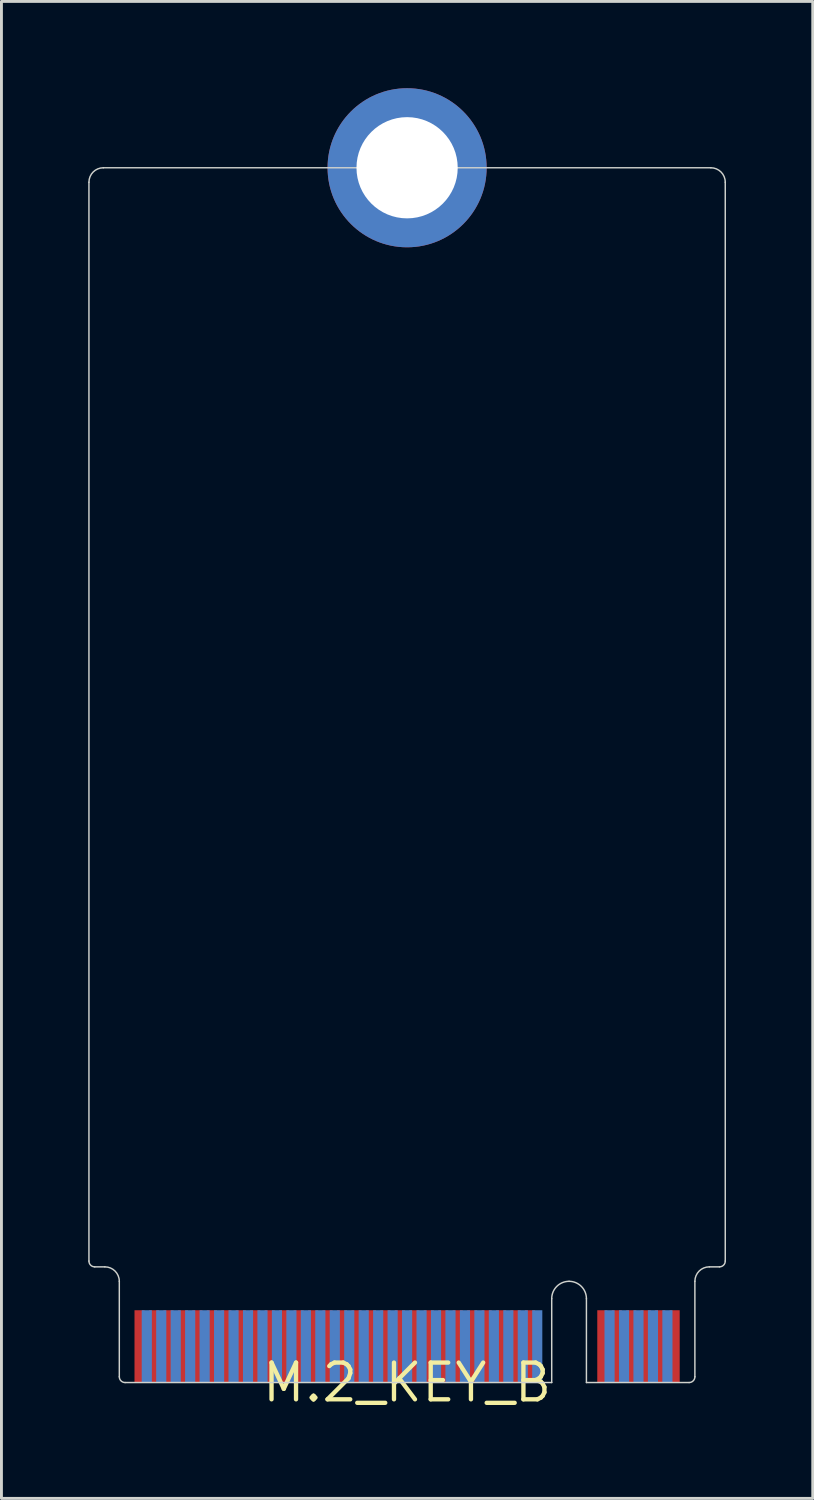
<source format=kicad_pcb>
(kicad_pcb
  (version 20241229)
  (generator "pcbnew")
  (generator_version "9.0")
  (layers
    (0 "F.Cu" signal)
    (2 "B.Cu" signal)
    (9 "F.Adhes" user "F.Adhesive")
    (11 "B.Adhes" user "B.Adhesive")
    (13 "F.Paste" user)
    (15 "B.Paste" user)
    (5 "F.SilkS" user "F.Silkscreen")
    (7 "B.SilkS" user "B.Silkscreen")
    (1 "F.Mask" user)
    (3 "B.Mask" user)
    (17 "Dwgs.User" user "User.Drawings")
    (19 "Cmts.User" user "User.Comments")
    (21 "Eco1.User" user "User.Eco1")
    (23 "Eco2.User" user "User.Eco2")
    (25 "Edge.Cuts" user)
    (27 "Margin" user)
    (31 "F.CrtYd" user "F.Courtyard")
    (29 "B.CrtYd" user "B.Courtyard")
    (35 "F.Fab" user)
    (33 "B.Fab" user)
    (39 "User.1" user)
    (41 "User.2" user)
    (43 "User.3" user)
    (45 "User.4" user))
  (footprint "M.2_KEY_B"
    (layer "F.Cu")
    (at 11.025 44.75)
    (property "Reference" "M.2_KEY_B" (at 0 0 0) (layer "F.SilkS") (effects (font (size 1.27 1.27) (thickness 0.15))))
    (attr through_hole)
    (fp_line (start -11 -41.5) (end -11 -4.2) (stroke (width 0.05) (type solid)) (layer "Edge.Cuts"))
    (fp_line (start -10.8 -4) (end -10.45 -4) (stroke (width 0.05) (type solid)) (layer "Edge.Cuts"))
    (fp_line (start -9.95 -3.5) (end -9.95 -0.2) (stroke (width 0.05) (type solid)) (layer "Edge.Cuts"))
    (fp_line (start -9.75 0) (end 5 0) (stroke (width 0.05) (type solid)) (layer "Edge.Cuts"))
    (fp_line (start 5 -2.9) (end 5 0) (stroke (width 0.05) (type solid)) (layer "Edge.Cuts"))
    (fp_line (start 6.2 -2.9) (end 6.2 0) (stroke (width 0.05) (type solid)) (layer "Edge.Cuts"))
    (fp_line (start 6.2 0) (end 9.75 0) (stroke (width 0.05) (type solid)) (layer "Edge.Cuts"))
    (fp_line (start 9.95 -0.2) (end 9.95 -3.5) (stroke (width 0.05) (type solid)) (layer "Edge.Cuts"))
    (fp_line (start 10.45 -4) (end 10.8 -4) (stroke (width 0.05) (type solid)) (layer "Edge.Cuts"))
    (fp_line (start 10.5 -42) (end -10.5 -42) (stroke (width 0.05) (type solid)) (layer "Edge.Cuts"))
    (fp_line (start 11 -4.2) (end 11 -41.5) (stroke (width 0.05) (type solid)) (layer "Edge.Cuts"))
    (fp_arc (start -11 -41.5) (mid -10.853553 -41.853553) (end -10.5 -42) (stroke (width 0.05) (type solid)) (layer "Edge.Cuts"))
    (fp_arc (start -10.8 -4) (mid -10.941421 -4.058579) (end -11 -4.2) (stroke (width 0.05) (type solid)) (layer "Edge.Cuts"))
    (fp_arc (start -10.45 -4) (mid -10.096447 -3.853553) (end -9.95 -3.5) (stroke (width 0.05) (type solid)) (layer "Edge.Cuts"))
    (fp_arc (start -9.75 0) (mid -9.891421 -0.058579) (end -9.95 -0.2) (stroke (width 0.05) (type solid)) (layer "Edge.Cuts"))
    (fp_arc (start 5 -2.9) (mid 5.175736 -3.324264) (end 5.6 -3.5) (stroke (width 0.05) (type solid)) (layer "Edge.Cuts"))
    (fp_arc (start 5.6 -3.5) (mid 6.024264 -3.324264) (end 6.2 -2.9) (stroke (width 0.05) (type solid)) (layer "Edge.Cuts"))
    (fp_arc (start 9.95 -3.5) (mid 10.096447 -3.853553) (end 10.45 -4) (stroke (width 0.05) (type solid)) (layer "Edge.Cuts"))
    (fp_arc (start 9.95 -0.2) (mid 9.891421 -0.058579) (end 9.75 0) (stroke (width 0.05) (type solid)) (layer "Edge.Cuts"))
    (fp_arc (start 10.5 -42) (mid 10.853553 -41.853553) (end 11 -41.5) (stroke (width 0.05) (type solid)) (layer "Edge.Cuts"))
    (fp_arc (start 11 -4.2) (mid 10.941421 -4.058579) (end 10.8 -4) (stroke (width 0.05) (type solid)) (layer "Edge.Cuts"))
    (pad "MOUNTING-HOLE" thru_hole circle (at 0 -42) (size 5.5 5.5) (drill 3.5) (layers "*.Cu" "*.Mask"))
    (pad "P$1" smd rect (at 9.25 -1.25) (size 0.35 2.5) (layers "F.Cu" "F.Mask" "F.Paste"))
    (pad "P$2" smd rect (at 9 -1.25) (size 0.35 2.5) (layers "B.Cu" "B.Mask" "B.Paste"))
    (pad "P$3" smd rect (at 8.75 -1.25) (size 0.35 2.5) (layers "F.Cu" "F.Mask" "F.Paste"))
    (pad "P$4" smd rect (at 8.5 -1.25) (size 0.35 2.5) (layers "B.Cu" "B.Mask" "B.Paste"))
    (pad "P$5" smd rect (at 8.25 -1.25) (size 0.35 2.5) (layers "F.Cu" "F.Mask" "F.Paste"))
    (pad "P$6" smd rect (at 8 -1.25) (size 0.35 2.5) (layers "B.Cu" "B.Mask" "B.Paste"))
    (pad "P$7" smd rect (at 7.75 -1.25) (size 0.35 2.5) (layers "F.Cu" "F.Mask" "F.Paste"))
    (pad "P$8" smd rect (at 7.5 -1.25) (size 0.35 2.5) (layers "B.Cu" "B.Mask" "B.Paste"))
    (pad "P$9" smd rect (at 7.25 -1.25) (size 0.35 2.5) (layers "F.Cu" "F.Mask" "F.Paste"))
    (pad "P$10" smd rect (at 7 -1.25) (size 0.35 2.5) (layers "B.Cu" "B.Mask" "B.Paste"))
    (pad "P$11" smd rect (at 6.75 -1.25) (size 0.35 2.5) (layers "F.Cu" "F.Mask" "F.Paste"))
    (pad "P$20" smd rect (at 4.5 -1.25) (size 0.35 2.5) (layers "B.Cu" "B.Mask" "B.Paste"))
    (pad "P$21" smd rect (at 4.25 -1.25) (size 0.35 2.5) (layers "F.Cu" "F.Mask" "F.Paste"))
    (pad "P$22" smd rect (at 4 -1.25) (size 0.35 2.5) (layers "B.Cu" "B.Mask" "B.Paste"))
    (pad "P$23" smd rect (at 3.75 -1.25) (size 0.35 2.5) (layers "F.Cu" "F.Mask" "F.Paste"))
    (pad "P$24" smd rect (at 3.5 -1.25) (size 0.35 2.5) (layers "B.Cu" "B.Mask" "B.Paste"))
    (pad "P$25" smd rect (at 3.25 -1.25) (size 0.35 2.5) (layers "F.Cu" "F.Mask" "F.Paste"))
    (pad "P$26" smd rect (at 3 -1.25) (size 0.35 2.5) (layers "B.Cu" "B.Mask" "B.Paste"))
    (pad "P$27" smd rect (at 2.75 -1.25) (size 0.35 2.5) (layers "F.Cu" "F.Mask" "F.Paste"))
    (pad "P$28" smd rect (at 2.5 -1.25) (size 0.35 2.5) (layers "B.Cu" "B.Mask" "B.Paste"))
    (pad "P$29" smd rect (at 2.25 -1.25) (size 0.35 2.5) (layers "F.Cu" "F.Mask" "F.Paste"))
    (pad "P$30" smd rect (at 2 -1.25) (size 0.35 2.5) (layers "B.Cu" "B.Mask" "B.Paste"))
    (pad "P$31" smd rect (at 1.75 -1.25) (size 0.35 2.5) (layers "F.Cu" "F.Mask" "F.Paste"))
    (pad "P$32" smd rect (at 1.5 -1.25) (size 0.35 2.5) (layers "B.Cu" "B.Mask" "B.Paste"))
    (pad "P$33" smd rect (at 1.25 -1.25) (size 0.35 2.5) (layers "F.Cu" "F.Mask" "F.Paste"))
    (pad "P$34" smd rect (at 1 -1.25) (size 0.35 2.5) (layers "B.Cu" "B.Mask" "B.Paste"))
    (pad "P$35" smd rect (at 0.75 -1.25) (size 0.35 2.5) (layers "F.Cu" "F.Mask" "F.Paste"))
    (pad "P$36" smd rect (at 0.5 -1.25) (size 0.35 2.5) (layers "B.Cu" "B.Mask" "B.Paste"))
    (pad "P$37" smd rect (at 0.25 -1.25) (size 0.35 2.5) (layers "F.Cu" "F.Mask" "F.Paste"))
    (pad "P$38" smd rect (at 0 -1.25) (size 0.35 2.5) (layers "B.Cu" "B.Mask" "B.Paste"))
    (pad "P$39" smd rect (at -0.25 -1.25) (size 0.35 2.5) (layers "F.Cu" "F.Mask" "F.Paste"))
    (pad "P$40" smd rect (at -0.5 -1.25) (size 0.35 2.5) (layers "B.Cu" "B.Mask" "B.Paste"))
    (pad "P$41" smd rect (at -0.75 -1.25) (size 0.35 2.5) (layers "F.Cu" "F.Mask" "F.Paste"))
    (pad "P$42" smd rect (at -1 -1.25) (size 0.35 2.5) (layers "B.Cu" "B.Mask" "B.Paste"))
    (pad "P$43" smd rect (at -1.25 -1.25) (size 0.35 2.5) (layers "F.Cu" "F.Mask" "F.Paste"))
    (pad "P$44" smd rect (at -1.5 -1.25) (size 0.35 2.5) (layers "B.Cu" "B.Mask" "B.Paste"))
    (pad "P$45" smd rect (at -1.75 -1.25) (size 0.35 2.5) (layers "F.Cu" "F.Mask" "F.Paste"))
    (pad "P$46" smd rect (at -2 -1.25) (size 0.35 2.5) (layers "B.Cu" "B.Mask" "B.Paste"))
    (pad "P$47" smd rect (at -2.25 -1.25) (size 0.35 2.5) (layers "F.Cu" "F.Mask" "F.Paste"))
    (pad "P$48" smd rect (at -2.5 -1.25) (size 0.35 2.5) (layers "B.Cu" "B.Mask" "B.Paste"))
    (pad "P$49" smd rect (at -2.75 -1.25) (size 0.35 2.5) (layers "F.Cu" "F.Mask" "F.Paste"))
    (pad "P$50" smd rect (at -3 -1.25) (size 0.35 2.5) (layers "B.Cu" "B.Mask" "B.Paste"))
    (pad "P$51" smd rect (at -3.25 -1.25) (size 0.35 2.5) (layers "F.Cu" "F.Mask" "F.Paste"))
    (pad "P$52" smd rect (at -3.5 -1.25) (size 0.35 2.5) (layers "B.Cu" "B.Mask" "B.Paste"))
    (pad "P$53" smd rect (at -3.75 -1.25) (size 0.35 2.5) (layers "F.Cu" "F.Mask" "F.Paste"))
    (pad "P$54" smd rect (at -4 -1.25) (size 0.35 2.5) (layers "B.Cu" "B.Mask" "B.Paste"))
    (pad "P$55" smd rect (at -4.25 -1.25) (size 0.35 2.5) (layers "F.Cu" "F.Mask" "F.Paste"))
    (pad "P$56" smd rect (at -4.5 -1.25) (size 0.35 2.5) (layers "B.Cu" "B.Mask" "B.Paste"))
    (pad "P$57" smd rect (at -4.75 -1.25) (size 0.35 2.5) (layers "F.Cu" "F.Mask" "F.Paste"))
    (pad "P$58" smd rect (at -5 -1.25) (size 0.35 2.5) (layers "B.Cu" "B.Mask" "B.Paste"))
    (pad "P$59" smd rect (at -5.25 -1.25) (size 0.35 2.5) (layers "F.Cu" "F.Mask" "F.Paste"))
    (pad "P$60" smd rect (at -5.5 -1.25) (size 0.35 2.5) (layers "B.Cu" "B.Mask" "B.Paste"))
    (pad "P$61" smd rect (at -5.75 -1.25) (size 0.35 2.5) (layers "F.Cu" "F.Mask" "F.Paste"))
    (pad "P$62" smd rect (at -6 -1.25) (size 0.35 2.5) (layers "B.Cu" "B.Mask" "B.Paste"))
    (pad "P$63" smd rect (at -6.25 -1.25) (size 0.35 2.5) (layers "F.Cu" "F.Mask" "F.Paste"))
    (pad "P$64" smd rect (at -6.5 -1.25) (size 0.35 2.5) (layers "B.Cu" "B.Mask" "B.Paste"))
    (pad "P$65" smd rect (at -6.75 -1.25) (size 0.35 2.5) (layers "F.Cu" "F.Mask" "F.Paste"))
    (pad "P$66" smd rect (at -7 -1.25) (size 0.35 2.5) (layers "B.Cu" "B.Mask" "B.Paste"))
    (pad "P$67" smd rect (at -7.25 -1.25) (size 0.35 2.5) (layers "F.Cu" "F.Mask" "F.Paste"))
    (pad "P$68" smd rect (at -7.5 -1.25) (size 0.35 2.5) (layers "B.Cu" "B.Mask" "B.Paste"))
    (pad "P$69" smd rect (at -7.75 -1.25) (size 0.35 2.5) (layers "F.Cu" "F.Mask" "F.Paste"))
    (pad "P$70" smd rect (at -8 -1.25) (size 0.35 2.5) (layers "B.Cu" "B.Mask" "B.Paste"))
    (pad "P$71" smd rect (at -8.25 -1.25) (size 0.35 2.5) (layers "F.Cu" "F.Mask" "F.Paste"))
    (pad "P$72" smd rect (at -8.5 -1.25) (size 0.35 2.5) (layers "B.Cu" "B.Mask" "B.Paste"))
    (pad "P$73" smd rect (at -8.75 -1.25) (size 0.35 2.5) (layers "F.Cu" "F.Mask" "F.Paste"))
    (pad "P$74" smd rect (at -9 -1.25) (size 0.35 2.5) (layers "B.Cu" "B.Mask" "B.Paste"))
    (pad "P$75" smd rect (at -9.25 -1.25) (size 0.35 2.5) (layers "F.Cu" "F.Mask" "F.Paste")))
  (gr_rect
    (start -3 -3)
    (end 25.05 48.756)
    (stroke (width 0.1) (type default))
    (fill no)
    (layer "Edge.Cuts")))
</source>
